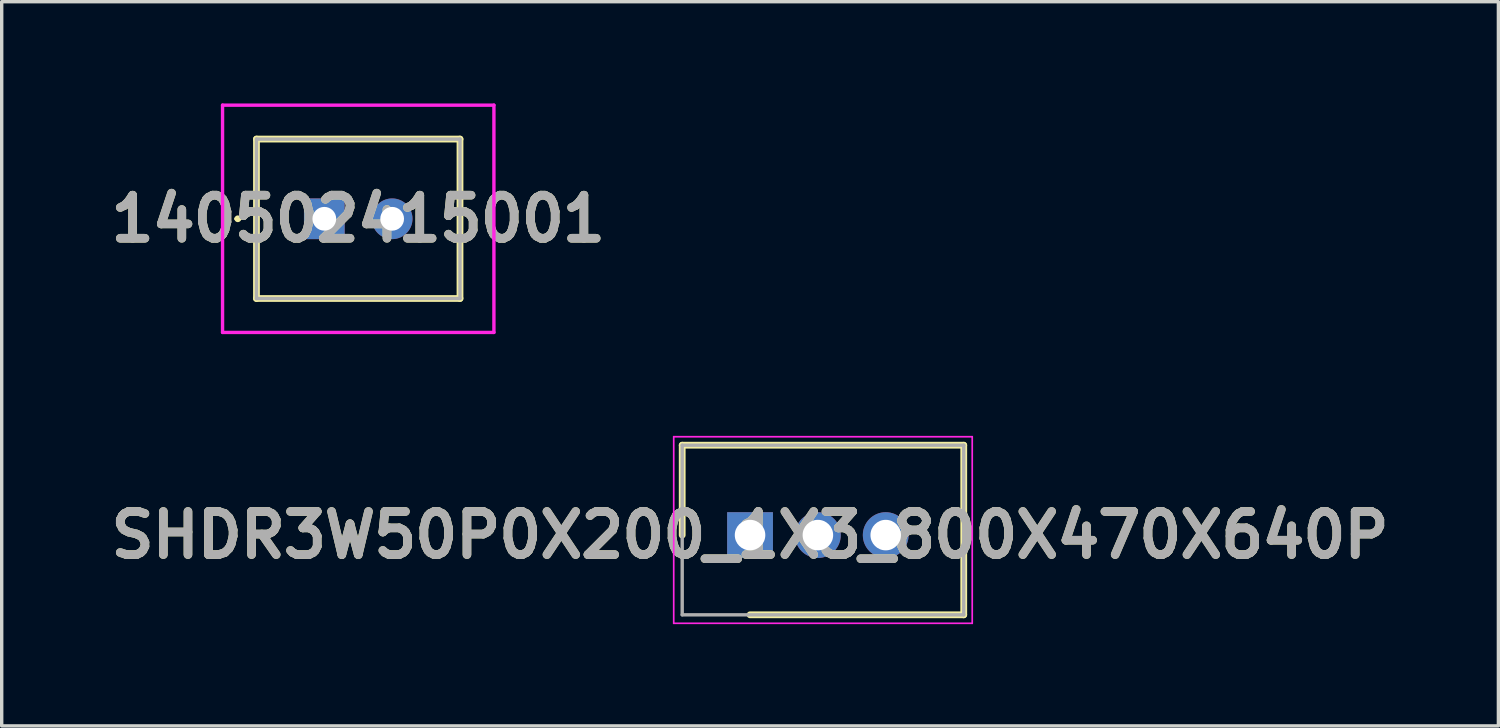
<source format=kicad_pcb>
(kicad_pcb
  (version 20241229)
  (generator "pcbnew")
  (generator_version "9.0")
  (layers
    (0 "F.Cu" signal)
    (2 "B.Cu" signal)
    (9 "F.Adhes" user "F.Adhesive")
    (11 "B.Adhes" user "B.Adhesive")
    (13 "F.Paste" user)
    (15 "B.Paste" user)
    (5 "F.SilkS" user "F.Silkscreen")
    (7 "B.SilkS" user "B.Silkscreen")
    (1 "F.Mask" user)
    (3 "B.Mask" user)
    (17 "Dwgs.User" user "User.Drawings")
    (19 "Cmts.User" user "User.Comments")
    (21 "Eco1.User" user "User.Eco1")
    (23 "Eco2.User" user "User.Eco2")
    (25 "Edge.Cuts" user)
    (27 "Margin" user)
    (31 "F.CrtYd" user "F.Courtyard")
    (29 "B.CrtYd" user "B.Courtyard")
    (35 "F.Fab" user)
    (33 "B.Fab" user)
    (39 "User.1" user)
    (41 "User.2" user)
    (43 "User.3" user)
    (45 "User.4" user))
  (footprint "SHDR3W50P0X200_1X3_800X470X640P"
    (layer "F.Cu")
    (at 19.062 12.725)
    (property "Reference" "SHDR3W50P0X200_1X3_800X470X640P" (at 0 0 0) (layer "F.SilkS") (effects (font (size 1.27 1.27) (thickness 0.254))))
    (attr through_hole)
    (fp_line (start -2 -2.65) (end -2 0) (stroke (width 0.2) (type solid)) (layer "F.SilkS"))
    (fp_line (start 0 2.35) (end 6.3 2.35) (stroke (width 0.2) (type solid)) (layer "F.SilkS"))
    (fp_line (start 6.3 -2.65) (end -2 -2.65) (stroke (width 0.2) (type solid)) (layer "F.SilkS"))
    (fp_line (start 6.3 2.35) (end 6.3 -2.65) (stroke (width 0.2) (type solid)) (layer "F.SilkS"))
    (fp_line (start -2.25 -2.9) (end 6.55 -2.9) (stroke (width 0.05) (type solid)) (layer "F.CrtYd"))
    (fp_line (start -2.25 2.6) (end -2.25 -2.9) (stroke (width 0.05) (type solid)) (layer "F.CrtYd"))
    (fp_line (start 6.55 -2.9) (end 6.55 2.6) (stroke (width 0.05) (type solid)) (layer "F.CrtYd"))
    (fp_line (start 6.55 2.6) (end -2.25 2.6) (stroke (width 0.05) (type solid)) (layer "F.CrtYd"))
    (fp_line (start -2 -2.65) (end 6.3 -2.65) (stroke (width 0.1) (type solid)) (layer "F.Fab"))
    (fp_line (start -2 2.35) (end -2 -2.65) (stroke (width 0.1) (type solid)) (layer "F.Fab"))
    (fp_line (start 6.3 -2.65) (end 6.3 2.35) (stroke (width 0.1) (type solid)) (layer "F.Fab"))
    (fp_line (start 6.3 2.35) (end -2 2.35) (stroke (width 0.1) (type solid)) (layer "F.Fab"))
    (fp_text user "${REFERENCE}" (at 0 0 0) (layer "F.Fab") (effects (font (size 1.27 1.27) (thickness 0.254))))
    (pad "1" thru_hole rect (at 0 0) (size 1.35 1.35) (drill 0.9) (layers "*.Cu" "*.Mask"))
    (pad "2" thru_hole circle (at 2 0) (size 1.35 1.35) (drill 0.9) (layers "*.Cu" "*.Mask"))
    (pad "3" thru_hole circle (at 4 0) (size 1.35 1.35) (drill 0.9) (layers "*.Cu" "*.Mask")))
  (footprint "140502415001"
    (layer "F.Cu")
    (at 6.511 3.4)
    (property "Reference" "140502415001" (at 1 0 0) (layer "F.SilkS") (effects (font (size 1.27 1.27) (thickness 0.254))))
    (attr through_hole)
    (fp_line (start -2.6 0) (end -2.6 0) (stroke (width 0.1) (type solid)) (layer "F.SilkS"))
    (fp_line (start -2.5 0) (end -2.5 0) (stroke (width 0.1) (type solid)) (layer "F.SilkS"))
    (fp_line (start -2 -2.35) (end 4 -2.35) (stroke (width 0.2) (type solid)) (layer "F.SilkS"))
    (fp_line (start -2 2.35) (end -2 -2.35) (stroke (width 0.2) (type solid)) (layer "F.SilkS"))
    (fp_line (start 4 -2.35) (end 4 2.35) (stroke (width 0.2) (type solid)) (layer "F.SilkS"))
    (fp_line (start 4 2.35) (end -2 2.35) (stroke (width 0.2) (type solid)) (layer "F.SilkS"))
    (fp_arc (start -2.6 0) (mid -2.55 -0.05) (end -2.5 0) (stroke (width 0.1) (type solid)) (layer "F.SilkS"))
    (fp_arc (start -2.5 0) (mid -2.55 0.05) (end -2.6 0) (stroke (width 0.1) (type solid)) (layer "F.SilkS"))
    (fp_line (start -3 -3.35) (end 5 -3.35) (stroke (width 0.1) (type solid)) (layer "F.CrtYd"))
    (fp_line (start -3 3.35) (end -3 -3.35) (stroke (width 0.1) (type solid)) (layer "F.CrtYd"))
    (fp_line (start 5 -3.35) (end 5 3.35) (stroke (width 0.1) (type solid)) (layer "F.CrtYd"))
    (fp_line (start 5 3.35) (end -3 3.35) (stroke (width 0.1) (type solid)) (layer "F.CrtYd"))
    (fp_line (start -2 -2.35) (end 4 -2.35) (stroke (width 0.1) (type solid)) (layer "F.Fab"))
    (fp_line (start -2 2.35) (end -2 -2.35) (stroke (width 0.1) (type solid)) (layer "F.Fab"))
    (fp_line (start 4 -2.35) (end 4 2.35) (stroke (width 0.1) (type solid)) (layer "F.Fab"))
    (fp_line (start 4 2.35) (end -2 2.35) (stroke (width 0.1) (type solid)) (layer "F.Fab"))
    (fp_text user "${REFERENCE}" (at 1 0 0) (layer "F.Fab") (effects (font (size 1.27 1.27) (thickness 0.254))))
    (pad "1" thru_hole rect (at 0 0) (size 1.2 1.2) (drill 0.7) (layers "*.Cu" "*.Mask"))
    (pad "2" thru_hole circle (at 2 0) (size 1.2 1.2) (drill 0.7) (layers "*.Cu" "*.Mask")))
  (gr_rect
    (start -3 -3)
    (end 41.124 18.35)
    (stroke (width 0.1) (type default))
    (fill no)
    (layer "Edge.Cuts")))
</source>
